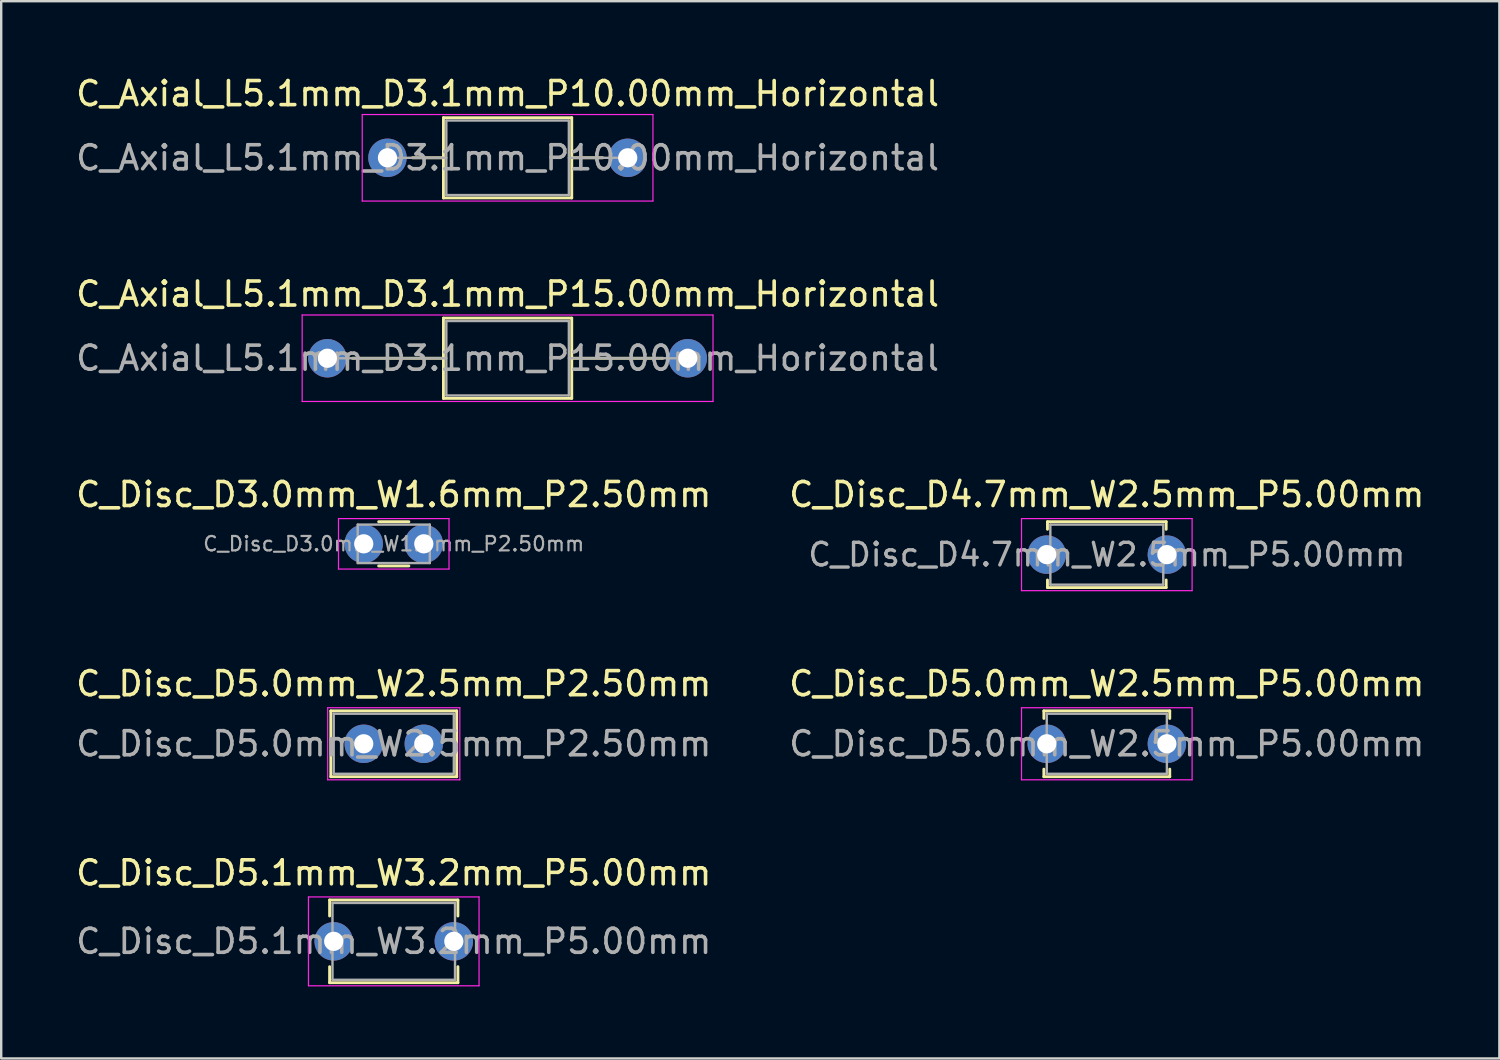
<source format=kicad_pcb>
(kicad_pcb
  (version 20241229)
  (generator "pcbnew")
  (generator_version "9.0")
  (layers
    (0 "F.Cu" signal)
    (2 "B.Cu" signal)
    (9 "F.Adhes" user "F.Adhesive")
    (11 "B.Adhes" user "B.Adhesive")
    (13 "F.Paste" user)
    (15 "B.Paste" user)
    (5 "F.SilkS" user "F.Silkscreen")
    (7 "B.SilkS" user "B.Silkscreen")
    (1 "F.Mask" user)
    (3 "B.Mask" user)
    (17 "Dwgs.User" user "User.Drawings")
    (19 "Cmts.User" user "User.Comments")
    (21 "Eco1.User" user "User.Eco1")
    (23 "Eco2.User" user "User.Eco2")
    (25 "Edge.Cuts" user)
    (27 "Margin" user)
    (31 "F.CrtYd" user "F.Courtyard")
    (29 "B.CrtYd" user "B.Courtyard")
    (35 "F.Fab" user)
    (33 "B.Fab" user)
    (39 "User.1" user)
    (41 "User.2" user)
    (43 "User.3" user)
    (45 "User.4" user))
  (footprint "C_Disc_D3.0mm_W1.6mm_P2.50mm"
    (layer "F.Cu")
    (at 12.089 19.585)
    (property "Reference" "C_Disc_D3.0mm_W1.6mm_P2.50mm" (at 1.25 -2.05 0) (layer "F.SilkS") (effects (font (size 1 1) (thickness 0.15))))
    (attr through_hole)
    (fp_line (start 0.621 -0.92) (end 1.879 -0.92) (stroke (width 0.12) (type solid)) (layer "F.SilkS"))
    (fp_line (start 0.621 0.92) (end 1.879 0.92) (stroke (width 0.12) (type solid)) (layer "F.SilkS"))
    (fp_line (start -1.05 -1.05) (end -1.05 1.05) (stroke (width 0.05) (type solid)) (layer "F.CrtYd"))
    (fp_line (start -1.05 1.05) (end 3.55 1.05) (stroke (width 0.05) (type solid)) (layer "F.CrtYd"))
    (fp_line (start 3.55 -1.05) (end -1.05 -1.05) (stroke (width 0.05) (type solid)) (layer "F.CrtYd"))
    (fp_line (start 3.55 1.05) (end 3.55 -1.05) (stroke (width 0.05) (type solid)) (layer "F.CrtYd"))
    (fp_line (start -0.25 -0.8) (end -0.25 0.8) (stroke (width 0.1) (type solid)) (layer "F.Fab"))
    (fp_line (start -0.25 0.8) (end 2.75 0.8) (stroke (width 0.1) (type solid)) (layer "F.Fab"))
    (fp_line (start 2.75 -0.8) (end -0.25 -0.8) (stroke (width 0.1) (type solid)) (layer "F.Fab"))
    (fp_line (start 2.75 0.8) (end 2.75 -0.8) (stroke (width 0.1) (type solid)) (layer "F.Fab"))
    (fp_text user "${REFERENCE}" (at 1.25 0 0) (layer "F.Fab") (effects (font (size 0.6 0.6) (thickness 0.09))))
    (pad "1" thru_hole circle (at 0 0) (size 1.6 1.6) (drill 0.8) (layers "*.Cu" "*.Mask"))
    (pad "2" thru_hole circle (at 2.5 0) (size 1.6 1.6) (drill 0.8) (layers "*.Cu" "*.Mask")))
  (footprint "C_Disc_D5.1mm_W3.2mm_P5.00mm"
    (layer "F.Cu")
    (at 10.839 36.131)
    (property "Reference" "C_Disc_D5.1mm_W3.2mm_P5.00mm" (at 2.5 -2.85 0) (layer "F.SilkS") (effects (font (size 1 1) (thickness 0.15))))
    (attr through_hole)
    (fp_line (start -0.17 -1.721) (end -0.17 -1.055) (stroke (width 0.12) (type solid)) (layer "F.SilkS"))
    (fp_line (start -0.17 -1.721) (end 5.17 -1.721) (stroke (width 0.12) (type solid)) (layer "F.SilkS"))
    (fp_line (start -0.17 1.055) (end -0.17 1.721) (stroke (width 0.12) (type solid)) (layer "F.SilkS"))
    (fp_line (start -0.17 1.721) (end 5.17 1.721) (stroke (width 0.12) (type solid)) (layer "F.SilkS"))
    (fp_line (start 5.17 -1.721) (end 5.17 -1.055) (stroke (width 0.12) (type solid)) (layer "F.SilkS"))
    (fp_line (start 5.17 1.055) (end 5.17 1.721) (stroke (width 0.12) (type solid)) (layer "F.SilkS"))
    (fp_line (start -1.05 -1.85) (end -1.05 1.85) (stroke (width 0.05) (type solid)) (layer "F.CrtYd"))
    (fp_line (start -1.05 1.85) (end 6.05 1.85) (stroke (width 0.05) (type solid)) (layer "F.CrtYd"))
    (fp_line (start 6.05 -1.85) (end -1.05 -1.85) (stroke (width 0.05) (type solid)) (layer "F.CrtYd"))
    (fp_line (start 6.05 1.85) (end 6.05 -1.85) (stroke (width 0.05) (type solid)) (layer "F.CrtYd"))
    (fp_line (start -0.05 -1.6) (end -0.05 1.6) (stroke (width 0.1) (type solid)) (layer "F.Fab"))
    (fp_line (start -0.05 1.6) (end 5.05 1.6) (stroke (width 0.1) (type solid)) (layer "F.Fab"))
    (fp_line (start 5.05 -1.6) (end -0.05 -1.6) (stroke (width 0.1) (type solid)) (layer "F.Fab"))
    (fp_line (start 5.05 1.6) (end 5.05 -1.6) (stroke (width 0.1) (type solid)) (layer "F.Fab"))
    (fp_text user "${REFERENCE}" (at 2.5 0 0) (layer "F.Fab") (effects (font (size 1 1) (thickness 0.15))))
    (pad "1" thru_hole circle (at 0 0) (size 1.6 1.6) (drill 0.8) (layers "*.Cu" "*.Mask"))
    (pad "2" thru_hole circle (at 5 0) (size 1.6 1.6) (drill 0.8) (layers "*.Cu" "*.Mask")))
  (footprint "C_Disc_D5.0mm_W2.5mm_P5.00mm"
    (layer "F.Cu")
    (at 40.518 27.908)
    (property "Reference" "C_Disc_D5.0mm_W2.5mm_P5.00mm" (at 2.5 -2.5 0) (layer "F.SilkS") (effects (font (size 1 1) (thickness 0.15))))
    (attr through_hole)
    (fp_line (start -0.12 -1.37) (end -0.12 -1.055) (stroke (width 0.12) (type solid)) (layer "F.SilkS"))
    (fp_line (start -0.12 -1.37) (end 5.12 -1.37) (stroke (width 0.12) (type solid)) (layer "F.SilkS"))
    (fp_line (start -0.12 1.055) (end -0.12 1.37) (stroke (width 0.12) (type solid)) (layer "F.SilkS"))
    (fp_line (start -0.12 1.37) (end 5.12 1.37) (stroke (width 0.12) (type solid)) (layer "F.SilkS"))
    (fp_line (start 5.12 -1.37) (end 5.12 -1.055) (stroke (width 0.12) (type solid)) (layer "F.SilkS"))
    (fp_line (start 5.12 1.055) (end 5.12 1.37) (stroke (width 0.12) (type solid)) (layer "F.SilkS"))
    (fp_line (start -1.05 -1.5) (end -1.05 1.5) (stroke (width 0.05) (type solid)) (layer "F.CrtYd"))
    (fp_line (start -1.05 1.5) (end 6.05 1.5) (stroke (width 0.05) (type solid)) (layer "F.CrtYd"))
    (fp_line (start 6.05 -1.5) (end -1.05 -1.5) (stroke (width 0.05) (type solid)) (layer "F.CrtYd"))
    (fp_line (start 6.05 1.5) (end 6.05 -1.5) (stroke (width 0.05) (type solid)) (layer "F.CrtYd"))
    (fp_line (start 0 -1.25) (end 0 1.25) (stroke (width 0.1) (type solid)) (layer "F.Fab"))
    (fp_line (start 0 1.25) (end 5 1.25) (stroke (width 0.1) (type solid)) (layer "F.Fab"))
    (fp_line (start 5 -1.25) (end 0 -1.25) (stroke (width 0.1) (type solid)) (layer "F.Fab"))
    (fp_line (start 5 1.25) (end 5 -1.25) (stroke (width 0.1) (type solid)) (layer "F.Fab"))
    (fp_text user "${REFERENCE}" (at 2.5 0 0) (layer "F.Fab") (effects (font (size 1 1) (thickness 0.15))))
    (pad "1" thru_hole circle (at 0 0) (size 1.6 1.6) (drill 0.8) (layers "*.Cu" "*.Mask"))
    (pad "2" thru_hole circle (at 5 0) (size 1.6 1.6) (drill 0.8) (layers "*.Cu" "*.Mask")))
  (footprint "C_Disc_D4.7mm_W2.5mm_P5.00mm"
    (layer "F.Cu")
    (at 40.518 20.035)
    (property "Reference" "C_Disc_D4.7mm_W2.5mm_P5.00mm" (at 2.5 -2.5 0) (layer "F.SilkS") (effects (font (size 1 1) (thickness 0.15))))
    (attr through_hole)
    (fp_line (start 0.03 -1.37) (end 0.03 -1.055) (stroke (width 0.12) (type solid)) (layer "F.SilkS"))
    (fp_line (start 0.03 -1.37) (end 4.97 -1.37) (stroke (width 0.12) (type solid)) (layer "F.SilkS"))
    (fp_line (start 0.03 1.055) (end 0.03 1.37) (stroke (width 0.12) (type solid)) (layer "F.SilkS"))
    (fp_line (start 0.03 1.37) (end 4.97 1.37) (stroke (width 0.12) (type solid)) (layer "F.SilkS"))
    (fp_line (start 4.97 -1.37) (end 4.97 -1.055) (stroke (width 0.12) (type solid)) (layer "F.SilkS"))
    (fp_line (start 4.97 1.055) (end 4.97 1.37) (stroke (width 0.12) (type solid)) (layer "F.SilkS"))
    (fp_line (start -1.05 -1.5) (end -1.05 1.5) (stroke (width 0.05) (type solid)) (layer "F.CrtYd"))
    (fp_line (start -1.05 1.5) (end 6.05 1.5) (stroke (width 0.05) (type solid)) (layer "F.CrtYd"))
    (fp_line (start 6.05 -1.5) (end -1.05 -1.5) (stroke (width 0.05) (type solid)) (layer "F.CrtYd"))
    (fp_line (start 6.05 1.5) (end 6.05 -1.5) (stroke (width 0.05) (type solid)) (layer "F.CrtYd"))
    (fp_line (start 0.15 -1.25) (end 0.15 1.25) (stroke (width 0.1) (type solid)) (layer "F.Fab"))
    (fp_line (start 0.15 1.25) (end 4.85 1.25) (stroke (width 0.1) (type solid)) (layer "F.Fab"))
    (fp_line (start 4.85 -1.25) (end 0.15 -1.25) (stroke (width 0.1) (type solid)) (layer "F.Fab"))
    (fp_line (start 4.85 1.25) (end 4.85 -1.25) (stroke (width 0.1) (type solid)) (layer "F.Fab"))
    (fp_text user "${REFERENCE}" (at 2.5 0 0) (layer "F.Fab") (effects (font (size 0.94 0.94) (thickness 0.141))))
    (pad "1" thru_hole circle (at 0 0) (size 1.6 1.6) (drill 0.8) (layers "*.Cu" "*.Mask"))
    (pad "2" thru_hole circle (at 5 0) (size 1.6 1.6) (drill 0.8) (layers "*.Cu" "*.Mask")))
  (footprint "C_Disc_D5.0mm_W2.5mm_P2.50mm"
    (layer "F.Cu")
    (at 12.089 27.908)
    (property "Reference" "C_Disc_D5.0mm_W2.5mm_P2.50mm" (at 1.25 -2.5 0) (layer "F.SilkS") (effects (font (size 1 1) (thickness 0.15))))
    (attr through_hole)
    (fp_line (start -1.37 -1.37) (end -1.37 1.37) (stroke (width 0.12) (type solid)) (layer "F.SilkS"))
    (fp_line (start -1.37 -1.37) (end 3.87 -1.37) (stroke (width 0.12) (type solid)) (layer "F.SilkS"))
    (fp_line (start -1.37 1.37) (end 3.87 1.37) (stroke (width 0.12) (type solid)) (layer "F.SilkS"))
    (fp_line (start 3.87 -1.37) (end 3.87 1.37) (stroke (width 0.12) (type solid)) (layer "F.SilkS"))
    (fp_line (start -1.5 -1.5) (end -1.5 1.5) (stroke (width 0.05) (type solid)) (layer "F.CrtYd"))
    (fp_line (start -1.5 1.5) (end 4 1.5) (stroke (width 0.05) (type solid)) (layer "F.CrtYd"))
    (fp_line (start 4 -1.5) (end -1.5 -1.5) (stroke (width 0.05) (type solid)) (layer "F.CrtYd"))
    (fp_line (start 4 1.5) (end 4 -1.5) (stroke (width 0.05) (type solid)) (layer "F.CrtYd"))
    (fp_line (start -1.25 -1.25) (end -1.25 1.25) (stroke (width 0.1) (type solid)) (layer "F.Fab"))
    (fp_line (start -1.25 1.25) (end 3.75 1.25) (stroke (width 0.1) (type solid)) (layer "F.Fab"))
    (fp_line (start 3.75 -1.25) (end -1.25 -1.25) (stroke (width 0.1) (type solid)) (layer "F.Fab"))
    (fp_line (start 3.75 1.25) (end 3.75 -1.25) (stroke (width 0.1) (type solid)) (layer "F.Fab"))
    (fp_text user "${REFERENCE}" (at 1.25 0 0) (layer "F.Fab") (effects (font (size 1 1) (thickness 0.15))))
    (pad "1" thru_hole circle (at 0 0) (size 1.6 1.6) (drill 0.8) (layers "*.Cu" "*.Mask"))
    (pad "2" thru_hole circle (at 2.5 0) (size 1.6 1.6) (drill 0.8) (layers "*.Cu" "*.Mask")))
  (footprint "C_Axial_L5.1mm_D3.1mm_P15.00mm_Horizontal"
    (layer "F.Cu")
    (at 10.577 11.861)
    (property "Reference" "C_Axial_L5.1mm_D3.1mm_P15.00mm_Horizontal" (at 7.5 -2.67 0) (layer "F.SilkS") (effects (font (size 1 1) (thickness 0.15))))
    (attr through_hole)
    (fp_line (start 1.04 0) (end 4.83 0) (stroke (width 0.12) (type solid)) (layer "F.SilkS"))
    (fp_line (start 4.83 -1.67) (end 4.83 1.67) (stroke (width 0.12) (type solid)) (layer "F.SilkS"))
    (fp_line (start 4.83 1.67) (end 10.17 1.67) (stroke (width 0.12) (type solid)) (layer "F.SilkS"))
    (fp_line (start 10.17 -1.67) (end 4.83 -1.67) (stroke (width 0.12) (type solid)) (layer "F.SilkS"))
    (fp_line (start 10.17 1.67) (end 10.17 -1.67) (stroke (width 0.12) (type solid)) (layer "F.SilkS"))
    (fp_line (start 13.96 0) (end 10.17 0) (stroke (width 0.12) (type solid)) (layer "F.SilkS"))
    (fp_line (start -1.05 -1.8) (end -1.05 1.8) (stroke (width 0.05) (type solid)) (layer "F.CrtYd"))
    (fp_line (start -1.05 1.8) (end 16.05 1.8) (stroke (width 0.05) (type solid)) (layer "F.CrtYd"))
    (fp_line (start 16.05 -1.8) (end -1.05 -1.8) (stroke (width 0.05) (type solid)) (layer "F.CrtYd"))
    (fp_line (start 16.05 1.8) (end 16.05 -1.8) (stroke (width 0.05) (type solid)) (layer "F.CrtYd"))
    (fp_line (start 0 0) (end 4.95 0) (stroke (width 0.1) (type solid)) (layer "F.Fab"))
    (fp_line (start 4.95 -1.55) (end 4.95 1.55) (stroke (width 0.1) (type solid)) (layer "F.Fab"))
    (fp_line (start 4.95 1.55) (end 10.05 1.55) (stroke (width 0.1) (type solid)) (layer "F.Fab"))
    (fp_line (start 10.05 -1.55) (end 4.95 -1.55) (stroke (width 0.1) (type solid)) (layer "F.Fab"))
    (fp_line (start 10.05 1.55) (end 10.05 -1.55) (stroke (width 0.1) (type solid)) (layer "F.Fab"))
    (fp_line (start 15 0) (end 10.05 0) (stroke (width 0.1) (type solid)) (layer "F.Fab"))
    (fp_text user "${REFERENCE}" (at 7.5 0 0) (layer "F.Fab") (effects (font (size 1 1) (thickness 0.15))))
    (pad "1" thru_hole circle (at 0 0) (size 1.6 1.6) (drill 0.8) (layers "*.Cu" "*.Mask"))
    (pad "2" thru_hole oval (at 15 0) (size 1.6 1.6) (drill 0.8) (layers "*.Cu" "*.Mask")))
  (footprint "C_Axial_L5.1mm_D3.1mm_P10.00mm_Horizontal"
    (layer "F.Cu")
    (at 13.077 3.518)
    (property "Reference" "C_Axial_L5.1mm_D3.1mm_P10.00mm_Horizontal" (at 5 -2.67 0) (layer "F.SilkS") (effects (font (size 1 1) (thickness 0.15))))
    (attr through_hole)
    (fp_line (start 1.04 0) (end 2.33 0) (stroke (width 0.12) (type solid)) (layer "F.SilkS"))
    (fp_line (start 2.33 -1.67) (end 2.33 1.67) (stroke (width 0.12) (type solid)) (layer "F.SilkS"))
    (fp_line (start 2.33 1.67) (end 7.67 1.67) (stroke (width 0.12) (type solid)) (layer "F.SilkS"))
    (fp_line (start 7.67 -1.67) (end 2.33 -1.67) (stroke (width 0.12) (type solid)) (layer "F.SilkS"))
    (fp_line (start 7.67 1.67) (end 7.67 -1.67) (stroke (width 0.12) (type solid)) (layer "F.SilkS"))
    (fp_line (start 8.96 0) (end 7.67 0) (stroke (width 0.12) (type solid)) (layer "F.SilkS"))
    (fp_line (start -1.05 -1.8) (end -1.05 1.8) (stroke (width 0.05) (type solid)) (layer "F.CrtYd"))
    (fp_line (start -1.05 1.8) (end 11.05 1.8) (stroke (width 0.05) (type solid)) (layer "F.CrtYd"))
    (fp_line (start 11.05 -1.8) (end -1.05 -1.8) (stroke (width 0.05) (type solid)) (layer "F.CrtYd"))
    (fp_line (start 11.05 1.8) (end 11.05 -1.8) (stroke (width 0.05) (type solid)) (layer "F.CrtYd"))
    (fp_line (start 0 0) (end 2.45 0) (stroke (width 0.1) (type solid)) (layer "F.Fab"))
    (fp_line (start 2.45 -1.55) (end 2.45 1.55) (stroke (width 0.1) (type solid)) (layer "F.Fab"))
    (fp_line (start 2.45 1.55) (end 7.55 1.55) (stroke (width 0.1) (type solid)) (layer "F.Fab"))
    (fp_line (start 7.55 -1.55) (end 2.45 -1.55) (stroke (width 0.1) (type solid)) (layer "F.Fab"))
    (fp_line (start 7.55 1.55) (end 7.55 -1.55) (stroke (width 0.1) (type solid)) (layer "F.Fab"))
    (fp_line (start 10 0) (end 7.55 0) (stroke (width 0.1) (type solid)) (layer "F.Fab"))
    (fp_text user "${REFERENCE}" (at 5 0 0) (layer "F.Fab") (effects (font (size 1 1) (thickness 0.15))))
    (pad "1" thru_hole circle (at 0 0) (size 1.6 1.6) (drill 0.8) (layers "*.Cu" "*.Mask"))
    (pad "2" thru_hole oval (at 10 0) (size 1.6 1.6) (drill 0.8) (layers "*.Cu" "*.Mask")))
  (gr_rect
    (start -3 -3)
    (end 59.357 41.006)
    (stroke (width 0.1) (type default))
    (fill no)
    (layer "Edge.Cuts")))
</source>
